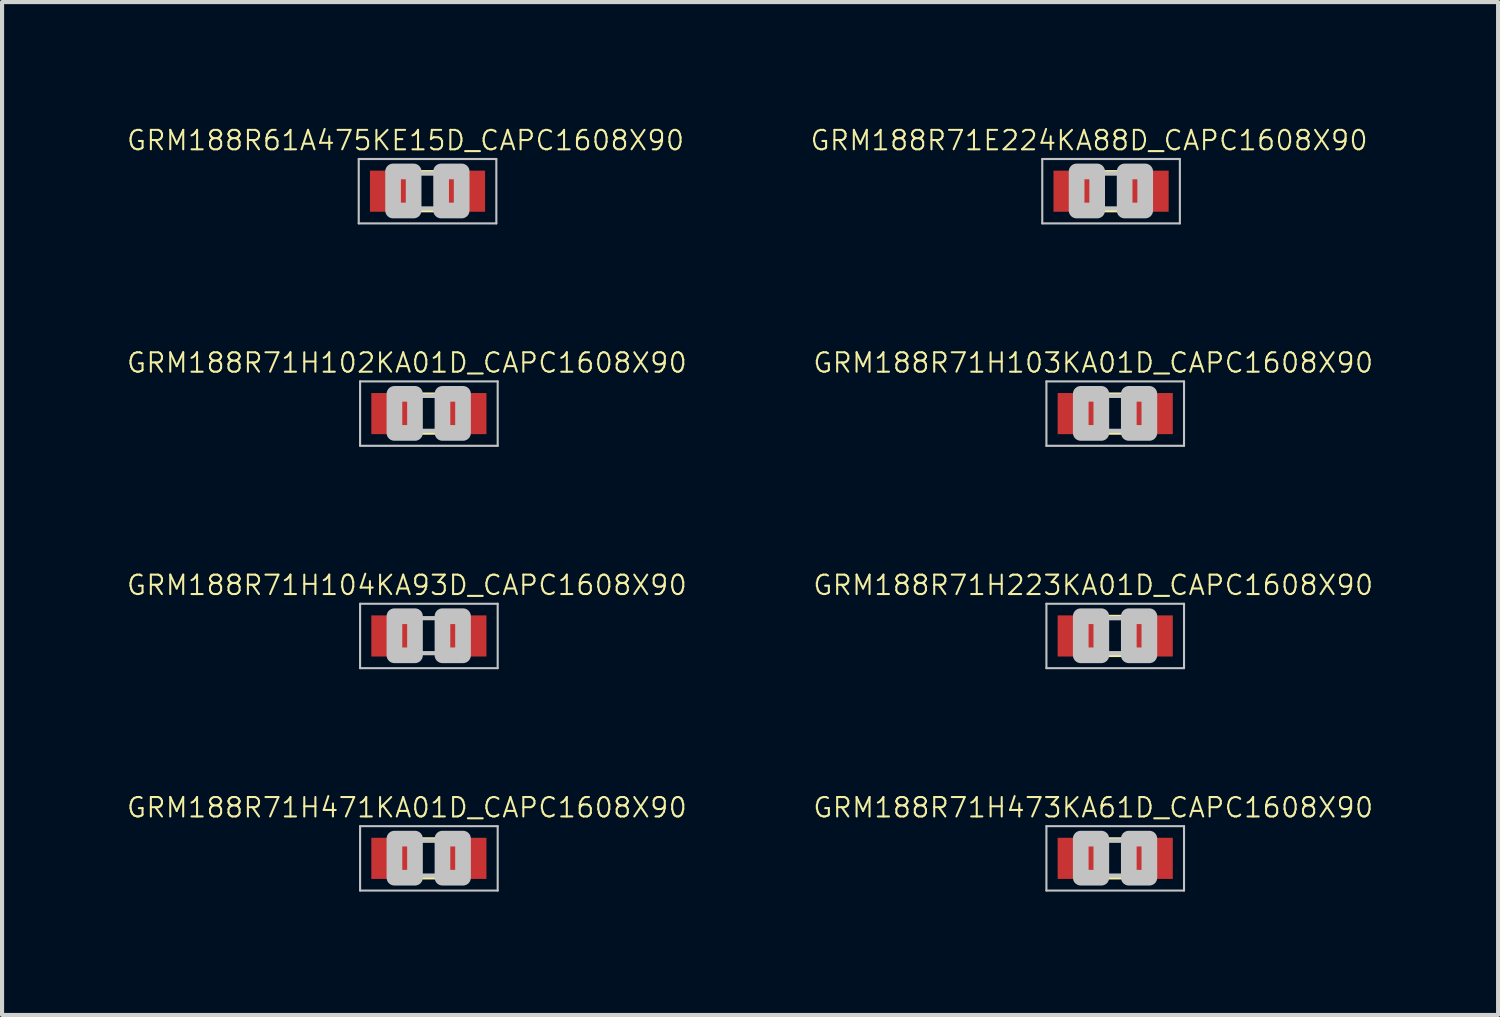
<source format=kicad_pcb>
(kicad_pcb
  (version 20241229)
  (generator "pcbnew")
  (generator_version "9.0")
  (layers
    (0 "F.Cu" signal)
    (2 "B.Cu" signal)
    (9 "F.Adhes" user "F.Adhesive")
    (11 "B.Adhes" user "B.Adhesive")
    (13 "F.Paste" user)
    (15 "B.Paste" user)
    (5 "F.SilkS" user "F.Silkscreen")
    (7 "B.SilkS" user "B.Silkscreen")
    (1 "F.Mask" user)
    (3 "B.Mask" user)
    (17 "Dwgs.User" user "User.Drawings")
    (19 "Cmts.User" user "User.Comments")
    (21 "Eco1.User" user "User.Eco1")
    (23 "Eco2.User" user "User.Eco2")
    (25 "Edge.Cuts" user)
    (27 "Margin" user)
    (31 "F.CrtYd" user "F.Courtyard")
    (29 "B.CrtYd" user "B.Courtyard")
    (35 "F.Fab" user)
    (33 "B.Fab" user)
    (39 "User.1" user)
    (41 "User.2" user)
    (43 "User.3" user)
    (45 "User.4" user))
  (footprint "GRM188R71H471KA01D_CAPC1608X90"
    (layer "F.Cu")
    (at 7.379 17.822)
    (property "Reference" "GRM188R71H471KA01D_CAPC1608X90" (at -0.535 -1.235 0) (layer "F.SilkS") (effects (font (size 0.472 0.472) (thickness 0.05))))
    (attr smd)
    (fp_line (start -0.15 -0.45) (end 0.15 -0.45) (stroke (width 0.127) (type solid)) (layer "F.SilkS"))
    (fp_line (start -0.15 0.45) (end 0.15 0.45) (stroke (width 0.127) (type solid)) (layer "F.SilkS"))
    (fp_line (start -1.673 -0.783) (end 1.673 -0.783) (stroke (width 0.051) (type solid)) (layer "Dwgs.User"))
    (fp_line (start -1.673 0.783) (end -1.673 -0.783) (stroke (width 0.051) (type solid)) (layer "Dwgs.User"))
    (fp_line (start -0.356 -0.432) (end 0.356 -0.432) (stroke (width 0.102) (type solid)) (layer "Dwgs.User"))
    (fp_line (start -0.356 0.419) (end 0.356 0.419) (stroke (width 0.102) (type solid)) (layer "Dwgs.User"))
    (fp_line (start 1.673 -0.783) (end 1.673 0.783) (stroke (width 0.051) (type solid)) (layer "Dwgs.User"))
    (fp_line (start 1.673 0.783) (end -1.673 0.783) (stroke (width 0.051) (type solid)) (layer "Dwgs.User"))
    (fp_poly (pts (xy -0.838 -0.48) (xy -0.338 -0.48) (xy -0.338 0.47) (xy -0.838 0.47)) (stroke (width 0.381) (type solid)) (fill no) (layer "Dwgs.User"))
    (fp_poly (pts (xy 0.33 -0.48) (xy 0.83 -0.48) (xy 0.83 0.47) (xy 0.33 0.47)) (stroke (width 0.381) (type solid)) (fill no) (layer "Dwgs.User"))
    (pad "1" smd rect (at -0.85 0) (size 1.1 1) (layers "F.Cu" "F.Mask" "F.Paste"))
    (pad "2" smd rect (at 0.85 0) (size 1.1 1) (layers "F.Cu" "F.Mask" "F.Paste")))
  (footprint "GRM188R61A475KE15D_CAPC1608X90"
    (layer "F.Cu")
    (at 7.346 1.599)
    (property "Reference" "GRM188R61A475KE15D_CAPC1608X90" (at -0.535 -1.235 0) (layer "F.SilkS") (effects (font (size 0.472 0.472) (thickness 0.05))))
    (attr smd)
    (fp_line (start -0.15 -0.45) (end 0.15 -0.45) (stroke (width 0.127) (type solid)) (layer "F.SilkS"))
    (fp_line (start -0.15 0.45) (end 0.15 0.45) (stroke (width 0.127) (type solid)) (layer "F.SilkS"))
    (fp_line (start -1.673 -0.783) (end 1.673 -0.783) (stroke (width 0.051) (type solid)) (layer "Dwgs.User"))
    (fp_line (start -1.673 0.783) (end -1.673 -0.783) (stroke (width 0.051) (type solid)) (layer "Dwgs.User"))
    (fp_line (start -0.356 -0.432) (end 0.356 -0.432) (stroke (width 0.102) (type solid)) (layer "Dwgs.User"))
    (fp_line (start -0.356 0.419) (end 0.356 0.419) (stroke (width 0.102) (type solid)) (layer "Dwgs.User"))
    (fp_line (start 1.673 -0.783) (end 1.673 0.783) (stroke (width 0.051) (type solid)) (layer "Dwgs.User"))
    (fp_line (start 1.673 0.783) (end -1.673 0.783) (stroke (width 0.051) (type solid)) (layer "Dwgs.User"))
    (fp_poly (pts (xy -0.838 -0.48) (xy -0.338 -0.48) (xy -0.338 0.47) (xy -0.838 0.47)) (stroke (width 0.381) (type solid)) (fill no) (layer "Dwgs.User"))
    (fp_poly (pts (xy 0.33 -0.48) (xy 0.83 -0.48) (xy 0.83 0.47) (xy 0.33 0.47)) (stroke (width 0.381) (type solid)) (fill no) (layer "Dwgs.User"))
    (pad "1" smd rect (at -0.85 0) (size 1.1 1) (layers "F.Cu" "F.Mask" "F.Paste"))
    (pad "2" smd rect (at 0.85 0) (size 1.1 1) (layers "F.Cu" "F.Mask" "F.Paste")))
  (footprint "GRM188R71H223KA01D_CAPC1608X90"
    (layer "F.Cu")
    (at 24.068 12.414)
    (property "Reference" "GRM188R71H223KA01D_CAPC1608X90" (at -0.535 -1.235 0) (layer "F.SilkS") (effects (font (size 0.472 0.472) (thickness 0.05))))
    (attr smd)
    (fp_line (start -0.15 -0.45) (end 0.15 -0.45) (stroke (width 0.127) (type solid)) (layer "F.SilkS"))
    (fp_line (start -0.15 0.45) (end 0.15 0.45) (stroke (width 0.127) (type solid)) (layer "F.SilkS"))
    (fp_line (start -1.673 -0.783) (end 1.673 -0.783) (stroke (width 0.051) (type solid)) (layer "Dwgs.User"))
    (fp_line (start -1.673 0.783) (end -1.673 -0.783) (stroke (width 0.051) (type solid)) (layer "Dwgs.User"))
    (fp_line (start -0.356 -0.432) (end 0.356 -0.432) (stroke (width 0.102) (type solid)) (layer "Dwgs.User"))
    (fp_line (start -0.356 0.419) (end 0.356 0.419) (stroke (width 0.102) (type solid)) (layer "Dwgs.User"))
    (fp_line (start 1.673 -0.783) (end 1.673 0.783) (stroke (width 0.051) (type solid)) (layer "Dwgs.User"))
    (fp_line (start 1.673 0.783) (end -1.673 0.783) (stroke (width 0.051) (type solid)) (layer "Dwgs.User"))
    (fp_poly (pts (xy -0.838 -0.48) (xy -0.338 -0.48) (xy -0.338 0.47) (xy -0.838 0.47)) (stroke (width 0.381) (type solid)) (fill no) (layer "Dwgs.User"))
    (fp_poly (pts (xy 0.33 -0.48) (xy 0.83 -0.48) (xy 0.83 0.47) (xy 0.33 0.47)) (stroke (width 0.381) (type solid)) (fill no) (layer "Dwgs.User"))
    (pad "1" smd rect (at -0.85 0) (size 1.1 1) (layers "F.Cu" "F.Mask" "F.Paste"))
    (pad "2" smd rect (at 0.85 0) (size 1.1 1) (layers "F.Cu" "F.Mask" "F.Paste")))
  (footprint "GRM188R71H103KA01D_CAPC1608X90"
    (layer "F.Cu")
    (at 24.068 7.007)
    (property "Reference" "GRM188R71H103KA01D_CAPC1608X90" (at -0.535 -1.235 0) (layer "F.SilkS") (effects (font (size 0.472 0.472) (thickness 0.05))))
    (attr smd)
    (fp_line (start -0.15 -0.45) (end 0.15 -0.45) (stroke (width 0.127) (type solid)) (layer "F.SilkS"))
    (fp_line (start -0.15 0.45) (end 0.15 0.45) (stroke (width 0.127) (type solid)) (layer "F.SilkS"))
    (fp_line (start -1.673 -0.783) (end 1.673 -0.783) (stroke (width 0.051) (type solid)) (layer "Dwgs.User"))
    (fp_line (start -1.673 0.783) (end -1.673 -0.783) (stroke (width 0.051) (type solid)) (layer "Dwgs.User"))
    (fp_line (start -0.356 -0.432) (end 0.356 -0.432) (stroke (width 0.102) (type solid)) (layer "Dwgs.User"))
    (fp_line (start -0.356 0.419) (end 0.356 0.419) (stroke (width 0.102) (type solid)) (layer "Dwgs.User"))
    (fp_line (start 1.673 -0.783) (end 1.673 0.783) (stroke (width 0.051) (type solid)) (layer "Dwgs.User"))
    (fp_line (start 1.673 0.783) (end -1.673 0.783) (stroke (width 0.051) (type solid)) (layer "Dwgs.User"))
    (fp_poly (pts (xy -0.838 -0.48) (xy -0.338 -0.48) (xy -0.338 0.47) (xy -0.838 0.47)) (stroke (width 0.381) (type solid)) (fill no) (layer "Dwgs.User"))
    (fp_poly (pts (xy 0.33 -0.48) (xy 0.83 -0.48) (xy 0.83 0.47) (xy 0.33 0.47)) (stroke (width 0.381) (type solid)) (fill no) (layer "Dwgs.User"))
    (pad "1" smd rect (at -0.85 0) (size 1.1 1) (layers "F.Cu" "F.Mask" "F.Paste"))
    (pad "2" smd rect (at 0.85 0) (size 1.1 1) (layers "F.Cu" "F.Mask" "F.Paste")))
  (footprint "GRM188R71E224KA88D_CAPC1608X90"
    (layer "F.Cu")
    (at 23.967 1.599)
    (property "Reference" "GRM188R71E224KA88D_CAPC1608X90" (at -0.535 -1.235 0) (layer "F.SilkS") (effects (font (size 0.472 0.472) (thickness 0.05))))
    (attr smd)
    (fp_line (start -0.15 -0.45) (end 0.15 -0.45) (stroke (width 0.127) (type solid)) (layer "F.SilkS"))
    (fp_line (start -0.15 0.45) (end 0.15 0.45) (stroke (width 0.127) (type solid)) (layer "F.SilkS"))
    (fp_line (start -1.673 -0.783) (end 1.673 -0.783) (stroke (width 0.051) (type solid)) (layer "Dwgs.User"))
    (fp_line (start -1.673 0.783) (end -1.673 -0.783) (stroke (width 0.051) (type solid)) (layer "Dwgs.User"))
    (fp_line (start -0.356 -0.432) (end 0.356 -0.432) (stroke (width 0.102) (type solid)) (layer "Dwgs.User"))
    (fp_line (start -0.356 0.419) (end 0.356 0.419) (stroke (width 0.102) (type solid)) (layer "Dwgs.User"))
    (fp_line (start 1.673 -0.783) (end 1.673 0.783) (stroke (width 0.051) (type solid)) (layer "Dwgs.User"))
    (fp_line (start 1.673 0.783) (end -1.673 0.783) (stroke (width 0.051) (type solid)) (layer "Dwgs.User"))
    (fp_poly (pts (xy -0.838 -0.48) (xy -0.338 -0.48) (xy -0.338 0.47) (xy -0.838 0.47)) (stroke (width 0.381) (type solid)) (fill no) (layer "Dwgs.User"))
    (fp_poly (pts (xy 0.33 -0.48) (xy 0.83 -0.48) (xy 0.83 0.47) (xy 0.33 0.47)) (stroke (width 0.381) (type solid)) (fill no) (layer "Dwgs.User"))
    (pad "1" smd rect (at -0.85 0) (size 1.1 1) (layers "F.Cu" "F.Mask" "F.Paste"))
    (pad "2" smd rect (at 0.85 0) (size 1.1 1) (layers "F.Cu" "F.Mask" "F.Paste")))
  (footprint "GRM188R71H473KA61D_CAPC1608X90"
    (layer "F.Cu")
    (at 24.068 17.822)
    (property "Reference" "GRM188R71H473KA61D_CAPC1608X90" (at -0.535 -1.235 0) (layer "F.SilkS") (effects (font (size 0.472 0.472) (thickness 0.05))))
    (attr smd)
    (fp_line (start -0.15 -0.45) (end 0.15 -0.45) (stroke (width 0.127) (type solid)) (layer "F.SilkS"))
    (fp_line (start -0.15 0.45) (end 0.15 0.45) (stroke (width 0.127) (type solid)) (layer "F.SilkS"))
    (fp_line (start -1.673 -0.783) (end 1.673 -0.783) (stroke (width 0.051) (type solid)) (layer "Dwgs.User"))
    (fp_line (start -1.673 0.783) (end -1.673 -0.783) (stroke (width 0.051) (type solid)) (layer "Dwgs.User"))
    (fp_line (start -0.356 -0.432) (end 0.356 -0.432) (stroke (width 0.102) (type solid)) (layer "Dwgs.User"))
    (fp_line (start -0.356 0.419) (end 0.356 0.419) (stroke (width 0.102) (type solid)) (layer "Dwgs.User"))
    (fp_line (start 1.673 -0.783) (end 1.673 0.783) (stroke (width 0.051) (type solid)) (layer "Dwgs.User"))
    (fp_line (start 1.673 0.783) (end -1.673 0.783) (stroke (width 0.051) (type solid)) (layer "Dwgs.User"))
    (fp_poly (pts (xy -0.838 -0.48) (xy -0.338 -0.48) (xy -0.338 0.47) (xy -0.838 0.47)) (stroke (width 0.381) (type solid)) (fill no) (layer "Dwgs.User"))
    (fp_poly (pts (xy 0.33 -0.48) (xy 0.83 -0.48) (xy 0.83 0.47) (xy 0.33 0.47)) (stroke (width 0.381) (type solid)) (fill no) (layer "Dwgs.User"))
    (pad "1" smd rect (at -0.85 0) (size 1.1 1) (layers "F.Cu" "F.Mask" "F.Paste"))
    (pad "2" smd rect (at 0.85 0) (size 1.1 1) (layers "F.Cu" "F.Mask" "F.Paste")))
  (footprint "GRM188R71H104KA93D_CAPC1608X90"
    (layer "F.Cu")
    (at 7.379 12.414)
    (property "Reference" "GRM188R71H104KA93D_CAPC1608X90" (at -0.535 -1.235 0) (layer "F.SilkS") (effects (font (size 0.472 0.472) (thickness 0.05))))
    (attr smd)
    (fp_line (start -1.673 -0.783) (end 1.673 -0.783) (stroke (width 0.051) (type solid)) (layer "Dwgs.User"))
    (fp_line (start -1.673 0.783) (end -1.673 -0.783) (stroke (width 0.051) (type solid)) (layer "Dwgs.User"))
    (fp_line (start -0.356 -0.432) (end 0.356 -0.432) (stroke (width 0.102) (type solid)) (layer "Dwgs.User"))
    (fp_line (start -0.356 0.419) (end 0.356 0.419) (stroke (width 0.102) (type solid)) (layer "Dwgs.User"))
    (fp_line (start 1.673 -0.783) (end 1.673 0.783) (stroke (width 0.051) (type solid)) (layer "Dwgs.User"))
    (fp_line (start 1.673 0.783) (end -1.673 0.783) (stroke (width 0.051) (type solid)) (layer "Dwgs.User"))
    (fp_poly (pts (xy -0.838 -0.48) (xy -0.338 -0.48) (xy -0.338 0.47) (xy -0.838 0.47)) (stroke (width 0.381) (type solid)) (fill no) (layer "Dwgs.User"))
    (fp_poly (pts (xy 0.33 -0.48) (xy 0.83 -0.48) (xy 0.83 0.47) (xy 0.33 0.47)) (stroke (width 0.381) (type solid)) (fill no) (layer "Dwgs.User"))
    (pad "1" smd rect (at -0.85 0) (size 1.1 1) (layers "F.Cu" "F.Mask" "F.Paste"))
    (pad "2" smd rect (at 0.85 0) (size 1.1 1) (layers "F.Cu" "F.Mask" "F.Paste")))
  (footprint "GRM188R71H102KA01D_CAPC1608X90"
    (layer "F.Cu")
    (at 7.379 7.007)
    (property "Reference" "GRM188R71H102KA01D_CAPC1608X90" (at -0.535 -1.235 0) (layer "F.SilkS") (effects (font (size 0.472 0.472) (thickness 0.05))))
    (attr smd)
    (fp_line (start -0.15 -0.45) (end 0.15 -0.45) (stroke (width 0.127) (type solid)) (layer "F.SilkS"))
    (fp_line (start -0.15 0.45) (end 0.15 0.45) (stroke (width 0.127) (type solid)) (layer "F.SilkS"))
    (fp_line (start -1.673 -0.783) (end 1.673 -0.783) (stroke (width 0.051) (type solid)) (layer "Dwgs.User"))
    (fp_line (start -1.673 0.783) (end -1.673 -0.783) (stroke (width 0.051) (type solid)) (layer "Dwgs.User"))
    (fp_line (start -0.356 -0.432) (end 0.356 -0.432) (stroke (width 0.102) (type solid)) (layer "Dwgs.User"))
    (fp_line (start -0.356 0.419) (end 0.356 0.419) (stroke (width 0.102) (type solid)) (layer "Dwgs.User"))
    (fp_line (start 1.673 -0.783) (end 1.673 0.783) (stroke (width 0.051) (type solid)) (layer "Dwgs.User"))
    (fp_line (start 1.673 0.783) (end -1.673 0.783) (stroke (width 0.051) (type solid)) (layer "Dwgs.User"))
    (fp_poly (pts (xy -0.838 -0.48) (xy -0.338 -0.48) (xy -0.338 0.47) (xy -0.838 0.47)) (stroke (width 0.381) (type solid)) (fill no) (layer "Dwgs.User"))
    (fp_poly (pts (xy 0.33 -0.48) (xy 0.83 -0.48) (xy 0.83 0.47) (xy 0.33 0.47)) (stroke (width 0.381) (type solid)) (fill no) (layer "Dwgs.User"))
    (pad "1" smd rect (at -0.85 0) (size 1.1 1) (layers "F.Cu" "F.Mask" "F.Paste"))
    (pad "2" smd rect (at 0.85 0) (size 1.1 1) (layers "F.Cu" "F.Mask" "F.Paste")))
  (gr_rect
    (start -3 -3)
    (end 33.378 21.63)
    (stroke (width 0.1) (type default))
    (fill no)
    (layer "Edge.Cuts")))
</source>
